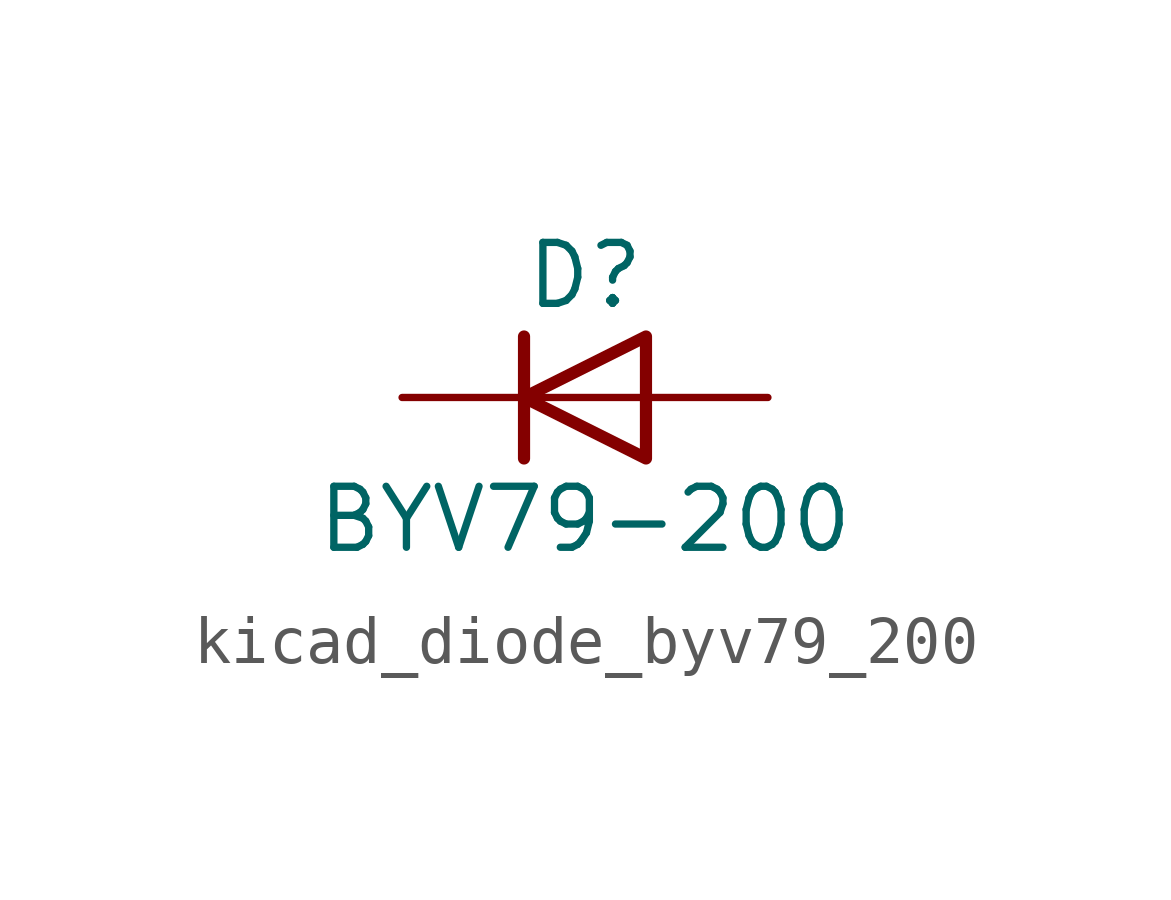
<source format=kicad_sym>
(kicad_symbol_lib
  (version 20220914)
  (generator kicad_symbol_editor)
  (symbol "kicad_diode_byv79_200"
    (pin_numbers hide)
    (pin_names hide)
    (property "Reference" "D"
      (at 0 2.54 0)
      (effects (font (size 1.27 1.27))))
    (property "Value" "BYV79-200"
      (at 0 -2.54 0)
      (effects (font (size 1.27 1.27))))
    (symbol "kicad_diode_byv79_200_0_1"
      (polyline (pts (xy -1.27 1.27) (xy -1.27 -1.27)) (stroke (width 0.254) (type default)) (fill (type none)))
      (polyline (pts (xy 1.27 0) (xy -1.27 0)) (stroke (width 0) (type default)) (fill (type none)))
      (polyline (pts (xy 1.27 1.27) (xy 1.27 -1.27) (xy -1.27 0) (xy 1.27 1.27)) (stroke (width 0.254) (type default)) (fill (type none))))
    (symbol "kicad_diode_byv79_200_1_1"
      (pin passive line (at -3.81 0 0) (length 2.54) (name "K" (effects (font (size 1.27 1.27)))) (number "1" (effects (font (size 1.27 1.27)))))
      (pin passive line (at 3.81 0 180) (length 2.54) (name "A" (effects (font (size 1.27 1.27)))) (number "2" (effects (font (size 1.27 1.27))))))))
</source>
